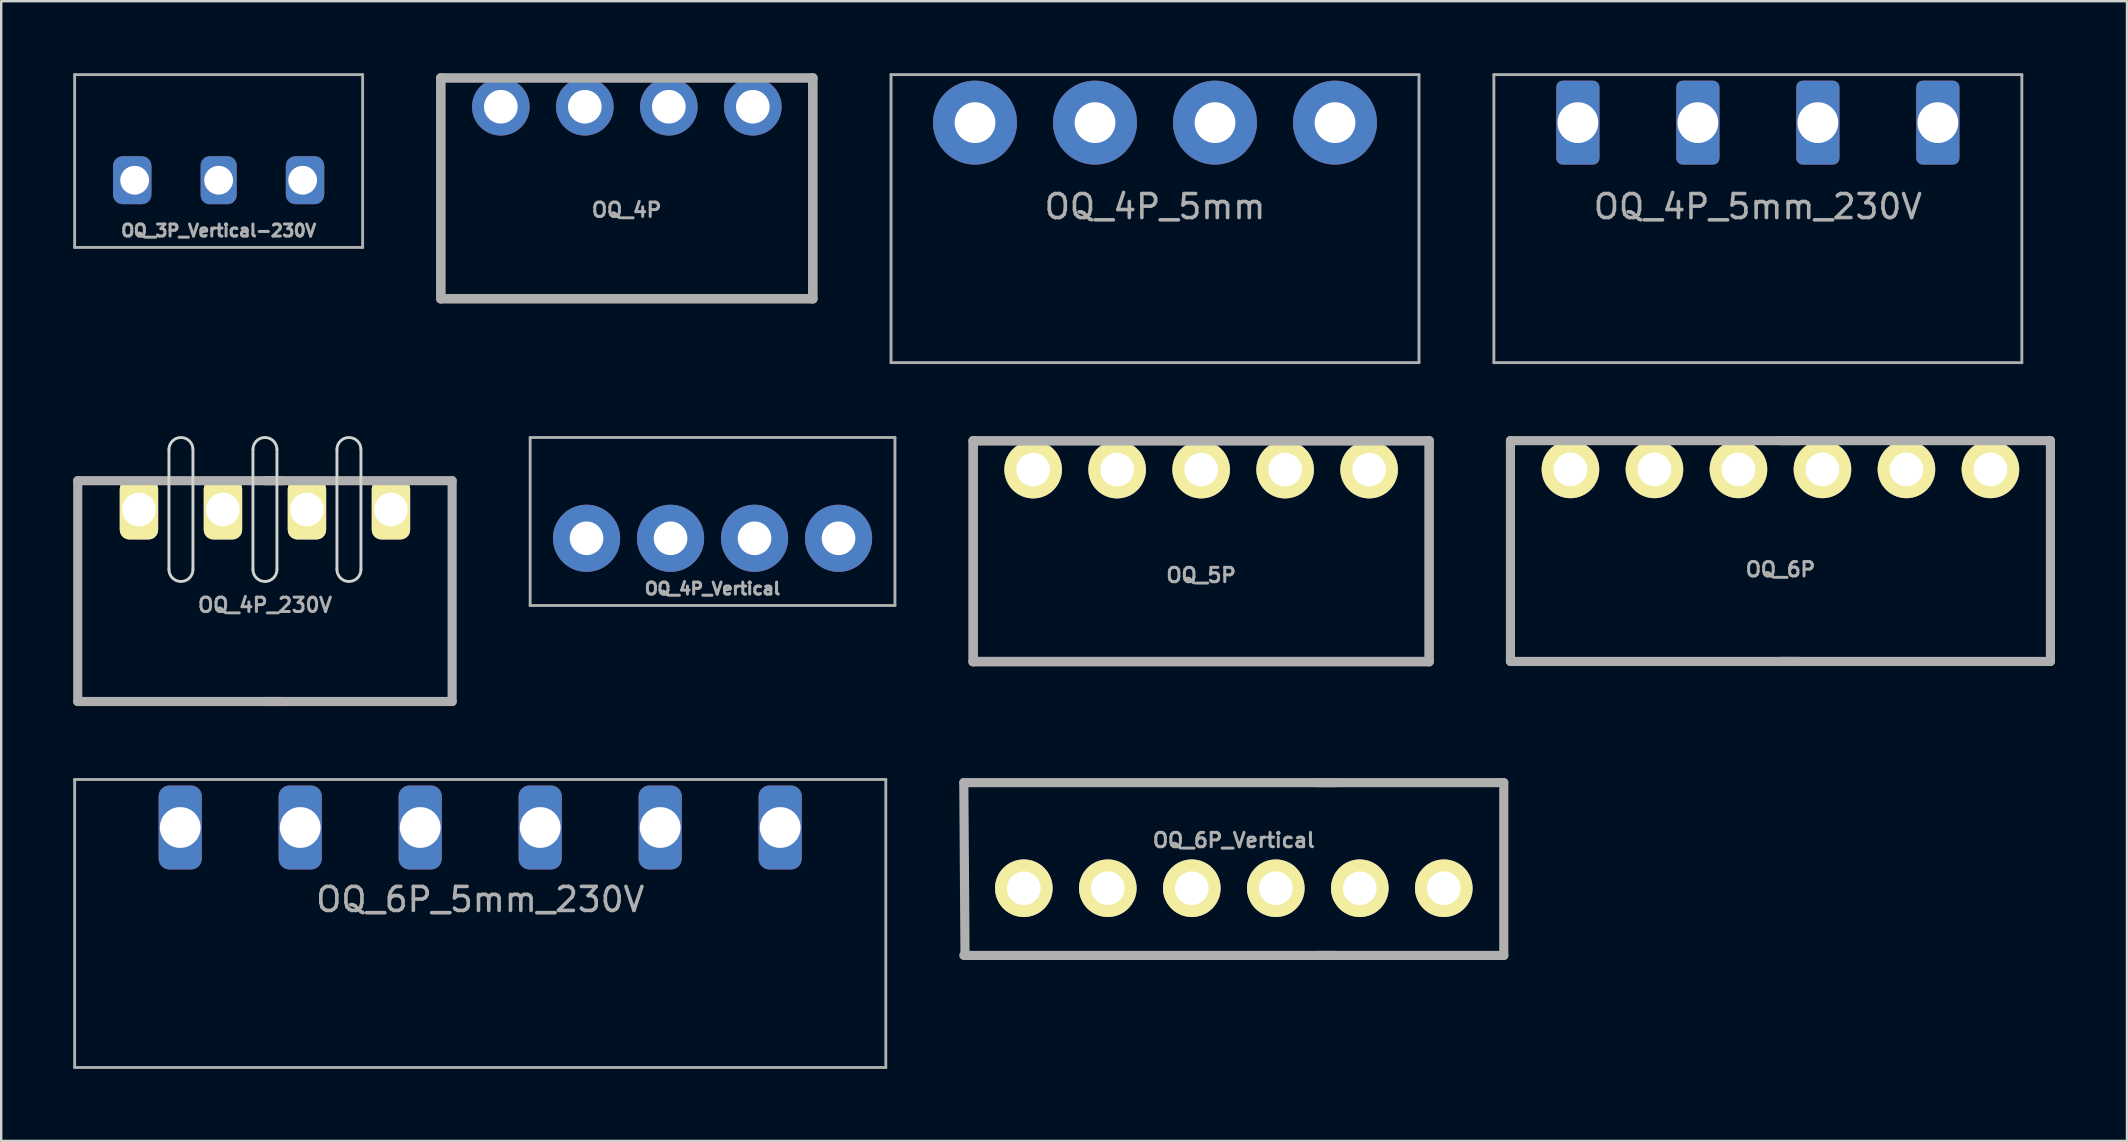
<source format=kicad_pcb>
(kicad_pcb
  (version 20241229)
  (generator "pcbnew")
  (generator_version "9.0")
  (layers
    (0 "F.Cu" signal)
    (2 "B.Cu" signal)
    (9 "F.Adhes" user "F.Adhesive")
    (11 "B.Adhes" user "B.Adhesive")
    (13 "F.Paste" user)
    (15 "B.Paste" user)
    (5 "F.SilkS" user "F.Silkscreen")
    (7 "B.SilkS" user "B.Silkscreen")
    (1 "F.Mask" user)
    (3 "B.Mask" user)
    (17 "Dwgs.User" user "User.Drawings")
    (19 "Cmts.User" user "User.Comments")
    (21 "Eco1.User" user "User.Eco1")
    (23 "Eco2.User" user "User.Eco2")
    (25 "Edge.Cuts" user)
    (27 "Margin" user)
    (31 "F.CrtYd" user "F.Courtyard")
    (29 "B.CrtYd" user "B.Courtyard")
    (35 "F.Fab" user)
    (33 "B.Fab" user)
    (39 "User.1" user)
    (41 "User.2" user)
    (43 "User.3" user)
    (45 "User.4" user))
  (footprint "OQ_6P"
    (layer "F.Cu")
    (at 71.139 16.509)
    (property "Reference" "OQ_6P" (at 0 4.17 0) (layer "F.Fab") (effects (font (size 0.599 0.599) (thickness 0.124))))
    (attr through_hole)
    (fp_line (start -11.25 -1.199) (end 0.749 -1.199) (stroke (width 0.381) (type solid)) (layer "F.Fab"))
    (fp_line (start -11.25 8.001) (end -11.25 -1.199) (stroke (width 0.381) (type solid)) (layer "F.Fab"))
    (fp_line (start 0 8.001) (end 11.25 8.001) (stroke (width 0.381) (type solid)) (layer "F.Fab"))
    (fp_line (start 0.749 8.001) (end -11.25 8.001) (stroke (width 0.381) (type solid)) (layer "F.Fab"))
    (fp_line (start 11.25 -1.199) (end 0 -1.199) (stroke (width 0.381) (type solid)) (layer "F.Fab"))
    (fp_line (start 11.25 -1.199) (end 11.25 8.001) (stroke (width 0.381) (type solid)) (layer "F.Fab"))
    (pad "1" thru_hole circle (at -8.75 0) (size 2.4 2.4) (drill 1.4) (layers "*.Cu" "*.Mask" "F.SilkS"))
    (pad "2" thru_hole circle (at -5.25 0) (size 2.4 2.4) (drill 1.4) (layers "*.Cu" "*.Mask" "F.SilkS"))
    (pad "3" thru_hole circle (at -1.75 0) (size 2.4 2.4) (drill 1.4) (layers "*.Cu" "*.Mask" "F.SilkS"))
    (pad "4" thru_hole circle (at 1.75 0) (size 2.4 2.4) (drill 1.4) (layers "*.Cu" "*.Mask" "F.SilkS"))
    (pad "5" thru_hole circle (at 5.25 0) (size 2.4 2.4) (drill 1.4) (layers "*.Cu" "*.Mask" "F.SilkS"))
    (pad "6" thru_hole circle (at 8.75 0) (size 2.4 2.4) (drill 1.4) (layers "*.Cu" "*.Mask" "F.SilkS")))
  (footprint "OQ_5P"
    (layer "F.Cu")
    (at 47 16.518)
    (property "Reference" "OQ_5P" (at 0 4.4 0) (layer "F.Fab") (effects (font (size 0.599 0.599) (thickness 0.124))))
    (attr through_hole)
    (fp_line (start -9.5 -1.199) (end 9.5 -1.199) (stroke (width 0.399) (type solid)) (layer "F.Fab"))
    (fp_line (start -9.5 8.001) (end -9.5 -1.199) (stroke (width 0.399) (type solid)) (layer "F.Fab"))
    (fp_line (start 9.5 -1.199) (end 9.5 8.001) (stroke (width 0.399) (type solid)) (layer "F.Fab"))
    (fp_line (start 9.5 8.001) (end -9.5 8.001) (stroke (width 0.399) (type solid)) (layer "F.Fab"))
    (pad "1" thru_hole circle (at -7 0) (size 2.4 2.4) (drill 1.4) (layers "*.Cu" "*.Mask" "F.SilkS"))
    (pad "2" thru_hole circle (at -3.5 0) (size 2.4 2.4) (drill 1.4) (layers "*.Cu" "*.Mask" "F.SilkS"))
    (pad "3" thru_hole circle (at 0.00006 0) (size 2.4 2.4) (drill 1.4) (layers "*.Cu" "*.Mask" "F.SilkS"))
    (pad "4" thru_hole circle (at 3.5 0) (size 2.4 2.4) (drill 1.4) (layers "*.Cu" "*.Mask" "F.SilkS"))
    (pad "5" thru_hole circle (at 7 0) (size 2.4 2.4) (drill 1.4) (layers "*.Cu" "*.Mask" "F.SilkS")))
  (footprint "OQ_6P_5mm_230V"
    (layer "F.Cu")
    (at 16.96 31.431)
    (property "Reference" "OQ_6P_5mm_230V" (at 0 3 0) (layer "F.Fab") (effects (font (size 1 1) (thickness 0.15))))
    (attr through_hole)
    (fp_line (start -16.9 -2) (end -16.9 10) (stroke (width 0.12) (type solid)) (layer "F.Fab"))
    (fp_line (start -16.9 -2) (end 16.9 -2) (stroke (width 0.12) (type solid)) (layer "F.Fab"))
    (fp_line (start 16.9 -2) (end 16.9 10) (stroke (width 0.12) (type solid)) (layer "F.Fab"))
    (fp_line (start 16.9 10) (end -16.9 10) (stroke (width 0.12) (type solid)) (layer "F.Fab"))
    (pad "1" thru_hole roundrect (at -12.5 0) (size 1.8 3.5) (drill 1.7) (layers "*.Cu" "*.Mask") (roundrect_rratio 0.25))
    (pad "2" thru_hole roundrect (at -7.5 0) (size 1.8 3.5) (drill 1.7) (layers "*.Cu" "*.Mask") (roundrect_rratio 0.25))
    (pad "3" thru_hole roundrect (at -2.5 0) (size 1.8 3.5) (drill 1.7) (layers "*.Cu" "*.Mask") (roundrect_rratio 0.25))
    (pad "4" thru_hole roundrect (at 2.5 0) (size 1.8 3.5) (drill 1.7) (layers "*.Cu" "*.Mask") (roundrect_rratio 0.25))
    (pad "5" thru_hole roundrect (at 7.5 0) (size 1.8 3.5) (drill 1.7) (layers "*.Cu" "*.Mask") (roundrect_rratio 0.25))
    (pad "6" thru_hole roundrect (at 12.5 0) (size 1.8 3.5) (drill 1.7) (layers "*.Cu" "*.Mask") (roundrect_rratio 0.25)))
  (footprint "OQ_4P_230V"
    (layer "F.Cu")
    (at 7.99 18.18)
    (property "Reference" "OQ_4P_230V" (at 0 3.98 0) (layer "F.Fab") (effects (font (size 0.599 0.599) (thickness 0.124))))
    (attr through_hole)
    (fp_line (start -4 -2.5) (end -4 2.5) (stroke (width 0.12) (type solid)) (layer "Edge.Cuts"))
    (fp_line (start -3 -2.5) (end -3 2.5) (stroke (width 0.12) (type solid)) (layer "Edge.Cuts"))
    (fp_line (start -0.5 -2.5) (end -0.5 2.5) (stroke (width 0.12) (type solid)) (layer "Edge.Cuts"))
    (fp_line (start 0.5 -2.5) (end 0.5 2.5) (stroke (width 0.12) (type solid)) (layer "Edge.Cuts"))
    (fp_line (start 3 -2.5) (end 3 2.5) (stroke (width 0.12) (type solid)) (layer "Edge.Cuts"))
    (fp_line (start 4 -2.5) (end 4 2.5) (stroke (width 0.12) (type solid)) (layer "Edge.Cuts"))
    (fp_arc (start -4 -2.5) (mid -3.5 -3) (end -3 -2.5) (stroke (width 0.12) (type solid)) (layer "Edge.Cuts"))
    (fp_arc (start -3 2.5) (mid -3.5 3) (end -4 2.5) (stroke (width 0.12) (type solid)) (layer "Edge.Cuts"))
    (fp_arc (start -0.5 -2.5) (mid 0 -3) (end 0.5 -2.5) (stroke (width 0.12) (type solid)) (layer "Edge.Cuts"))
    (fp_arc (start 0.5 2.5) (mid 0 3) (end -0.5 2.5) (stroke (width 0.12) (type solid)) (layer "Edge.Cuts"))
    (fp_arc (start 3 -2.5) (mid 3.5 -3) (end 4 -2.5) (stroke (width 0.12) (type solid)) (layer "Edge.Cuts"))
    (fp_arc (start 4 2.5) (mid 3.5 3) (end 3 2.5) (stroke (width 0.12) (type solid)) (layer "Edge.Cuts"))
    (fp_line (start -7.8 -1.199) (end 0.749 -1.199) (stroke (width 0.381) (type solid)) (layer "F.Fab"))
    (fp_line (start -7.8 8.001) (end -7.8 -1.199) (stroke (width 0.381) (type solid)) (layer "F.Fab"))
    (fp_line (start 0 8.001) (end 7.8 8.001) (stroke (width 0.381) (type solid)) (layer "F.Fab"))
    (fp_line (start 0.749 8.001) (end -7.8 8.001) (stroke (width 0.381) (type solid)) (layer "F.Fab"))
    (fp_line (start 7.8 -1.199) (end 0 -1.199) (stroke (width 0.381) (type solid)) (layer "F.Fab"))
    (fp_line (start 7.8 -1.199) (end 7.8 8.001) (stroke (width 0.381) (type solid)) (layer "F.Fab"))
    (pad "1" thru_hole roundrect (at -5.25 0) (size 1.6 2.5) (drill 1.4) (layers "*.Cu" "*.Mask" "F.SilkS") (roundrect_rratio 0.25))
    (pad "2" thru_hole roundrect (at -1.75 0) (size 1.6 2.5) (drill 1.4) (layers "*.Cu" "*.Mask" "F.SilkS") (roundrect_rratio 0.25))
    (pad "3" thru_hole roundrect (at 1.75 0) (size 1.6 2.5) (drill 1.4) (layers "*.Cu" "*.Mask" "F.SilkS") (roundrect_rratio 0.25))
    (pad "4" thru_hole roundrect (at 5.25 0) (size 1.6 2.5) (drill 1.4) (layers "*.Cu" "*.Mask" "F.SilkS") (roundrect_rratio 0.25)))
  (footprint "OQ_3P_Vertical-230V"
    (layer "F.Cu")
    (at 6.06 4.46)
    (property "Reference" "OQ_3P_Vertical-230V" (at 0 2.1 0) (layer "F.Fab") (effects (font (size 0.5 0.5) (thickness 0.125))))
    (attr through_hole)
    (fp_line (start -6 -4.4) (end 6 -4.4) (stroke (width 0.12) (type solid)) (layer "F.Fab"))
    (fp_line (start -6 2.8) (end -6 -4.4) (stroke (width 0.12) (type solid)) (layer "F.Fab"))
    (fp_line (start 6 -4.4) (end 6 2.8) (stroke (width 0.12) (type solid)) (layer "F.Fab"))
    (fp_line (start 6 2.8) (end -6 2.8) (stroke (width 0.12) (type solid)) (layer "F.Fab"))
    (pad "1" thru_hole roundrect (at -3.5 0) (size 1.6 2) (drill 1.2 (offset -0.1 0)) (layers "*.Cu" "*.Mask") (roundrect_rratio 0.25))
    (pad "2" thru_hole roundrect (at 0 0) (size 1.5 2) (drill 1.2) (layers "*.Cu" "*.Mask") (roundrect_rratio 0.25))
    (pad "3" thru_hole roundrect (at 3.5 0) (size 1.6 2) (drill 1.2 (offset 0.1 0)) (layers "*.Cu" "*.Mask") (roundrect_rratio 0.25)))
  (footprint "OQ_6P_Vertical"
    (layer "F.Cu")
    (at 48.361 33.962)
    (property "Reference" "OQ_6P_Vertical" (at 0 -2 0) (layer "F.Fab") (effects (font (size 0.599 0.599) (thickness 0.124))))
    (attr through_hole)
    (fp_line (start -11.25 -4.4) (end -11.2 2.8) (stroke (width 0.381) (type solid)) (layer "F.Fab"))
    (fp_line (start -11.25 -4.4) (end 4.25 -4.4) (stroke (width 0.381) (type solid)) (layer "F.Fab"))
    (fp_line (start 3.5 2.8) (end 11.25 2.8) (stroke (width 0.381) (type solid)) (layer "F.Fab"))
    (fp_line (start 4.25 2.8) (end -11.25 2.8) (stroke (width 0.381) (type solid)) (layer "F.Fab"))
    (fp_line (start 11.25 -4.4) (end 3.5 -4.4) (stroke (width 0.381) (type solid)) (layer "F.Fab"))
    (fp_line (start 11.25 2.8) (end 11.25 -4.4) (stroke (width 0.381) (type solid)) (layer "F.Fab"))
    (pad "1" thru_hole circle (at -8.75 0) (size 2.4 2.4) (drill 1.4) (layers "*.Cu" "*.Mask" "F.SilkS"))
    (pad "2" thru_hole circle (at -5.25 0) (size 2.4 2.4) (drill 1.4) (layers "*.Cu" "*.Mask" "F.SilkS"))
    (pad "3" thru_hole circle (at -1.75 0) (size 2.4 2.4) (drill 1.4) (layers "*.Cu" "*.Mask" "F.SilkS"))
    (pad "4" thru_hole circle (at 1.75 0) (size 2.4 2.4) (drill 1.4) (layers "*.Cu" "*.Mask" "F.SilkS"))
    (pad "5" thru_hole circle (at 5.25 0) (size 2.4 2.4) (drill 1.4) (layers "*.Cu" "*.Mask" "F.SilkS"))
    (pad "6" thru_hole circle (at 8.75 0) (size 2.4 2.4) (drill 1.4) (layers "*.Cu" "*.Mask" "F.SilkS")))
  (footprint "OQ_4P_5mm_230V"
    (layer "F.Cu")
    (at 70.198 2.06)
    (property "Reference" "OQ_4P_5mm_230V" (at 0 3.5 0) (layer "F.Fab") (effects (font (size 1 1) (thickness 0.15))))
    (attr through_hole)
    (fp_line (start -11 -2) (end -11 10) (stroke (width 0.12) (type solid)) (layer "F.Fab"))
    (fp_line (start -11 -2) (end 11 -2) (stroke (width 0.12) (type solid)) (layer "F.Fab"))
    (fp_line (start 11 -2) (end 11 10) (stroke (width 0.12) (type solid)) (layer "F.Fab"))
    (fp_line (start 11 10) (end -11 10) (stroke (width 0.12) (type solid)) (layer "F.Fab"))
    (pad "1" thru_hole roundrect (at -7.5 0) (size 1.8 3.5) (drill 1.7) (layers "*.Cu" "*.Mask") (roundrect_rratio 0.15))
    (pad "2" thru_hole roundrect (at -2.5 0) (size 1.8 3.5) (drill 1.7) (layers "*.Cu" "*.Mask") (roundrect_rratio 0.15))
    (pad "3" thru_hole roundrect (at 2.5 0) (size 1.8 3.5) (drill 1.7) (layers "*.Cu" "*.Mask") (roundrect_rratio 0.15))
    (pad "4" thru_hole roundrect (at 7.5 0) (size 1.8 3.5) (drill 1.7) (layers "*.Cu" "*.Mask") (roundrect_rratio 0.15)))
  (footprint "OQ_4P"
    (layer "F.Cu")
    (at 23.069 1.398)
    (property "Reference" "OQ_4P" (at -0.01 4.3 0) (layer "F.Fab") (effects (font (size 0.599 0.599) (thickness 0.124))))
    (attr through_hole)
    (fp_line (start -7.75 -1.199) (end 7.75 -1.199) (stroke (width 0.399) (type solid)) (layer "F.Fab"))
    (fp_line (start -7.75 8.001) (end -7.75 -1.199) (stroke (width 0.399) (type solid)) (layer "F.Fab"))
    (fp_line (start 7.75 -1.199) (end 7.75 8.001) (stroke (width 0.399) (type solid)) (layer "F.Fab"))
    (fp_line (start 7.75 8.001) (end -7.75 8.001) (stroke (width 0.399) (type solid)) (layer "F.Fab"))
    (pad "1" thru_hole circle (at -5.25 0) (size 2.4 2.4) (drill 1.4) (layers "*.Cu" "*.Mask"))
    (pad "2" thru_hole circle (at -1.75 0) (size 2.4 2.4) (drill 1.4) (layers "*.Cu" "*.Mask"))
    (pad "3" thru_hole circle (at 1.75 0) (size 2.4 2.4) (drill 1.4) (layers "*.Cu" "*.Mask"))
    (pad "4" thru_hole circle (at 5.25 0) (size 2.4 2.4) (drill 1.4) (layers "*.Cu" "*.Mask")))
  (footprint "OQ_4P_Vertical"
    (layer "F.Cu")
    (at 26.641 19.38)
    (property "Reference" "OQ_4P_Vertical" (at 0 2.1 0) (layer "F.Fab") (effects (font (size 0.5 0.5) (thickness 0.125))))
    (attr through_hole)
    (fp_line (start -7.6 -4.2) (end 7.6 -4.2) (stroke (width 0.12) (type solid)) (layer "F.Fab"))
    (fp_line (start -7.6 2.8) (end -7.6 -4.2) (stroke (width 0.12) (type solid)) (layer "F.Fab"))
    (fp_line (start 7.6 -4.2) (end 7.6 2.8) (stroke (width 0.12) (type solid)) (layer "F.Fab"))
    (fp_line (start 7.6 2.8) (end -7.6 2.8) (stroke (width 0.12) (type solid)) (layer "F.Fab"))
    (pad "1" thru_hole circle (at -5.25 0) (size 2.8 2.8) (drill 1.4) (layers "*.Cu" "*.Mask"))
    (pad "2" thru_hole circle (at -1.75 0) (size 2.8 2.8) (drill 1.4) (layers "*.Cu" "*.Mask"))
    (pad "3" thru_hole circle (at 1.75 0) (size 2.8 2.8) (drill 1.4) (layers "*.Cu" "*.Mask"))
    (pad "4" thru_hole circle (at 5.25 0) (size 2.8 2.8) (drill 1.4) (layers "*.Cu" "*.Mask")))
  (footprint "OQ_4P_5mm"
    (layer "F.Cu")
    (at 45.078 2.06)
    (property "Reference" "OQ_4P_5mm" (at 0 3.5 0) (layer "F.Fab") (effects (font (size 1 1) (thickness 0.15))))
    (attr through_hole)
    (fp_line (start -11 -2) (end -11 10) (stroke (width 0.12) (type solid)) (layer "F.Fab"))
    (fp_line (start -11 -2) (end 11 -2) (stroke (width 0.12) (type solid)) (layer "F.Fab"))
    (fp_line (start 11 -2) (end 11 10) (stroke (width 0.12) (type solid)) (layer "F.Fab"))
    (fp_line (start 11 10) (end -11 10) (stroke (width 0.12) (type solid)) (layer "F.Fab"))
    (pad "1" thru_hole circle (at -7.5 0) (size 3.5 3.5) (drill 1.7) (layers "*.Cu" "*.Mask"))
    (pad "2" thru_hole circle (at -2.5 0) (size 3.5 3.5) (drill 1.7) (layers "*.Cu" "*.Mask"))
    (pad "3" thru_hole circle (at 2.5 0) (size 3.5 3.5) (drill 1.7) (layers "*.Cu" "*.Mask"))
    (pad "4" thru_hole circle (at 7.5 0) (size 3.5 3.5) (drill 1.7) (layers "*.Cu" "*.Mask")))
  (gr_rect
    (start -3 -3)
    (end 85.579 44.492)
    (stroke (width 0.1) (type default))
    (fill no)
    (layer "Edge.Cuts")))
</source>
